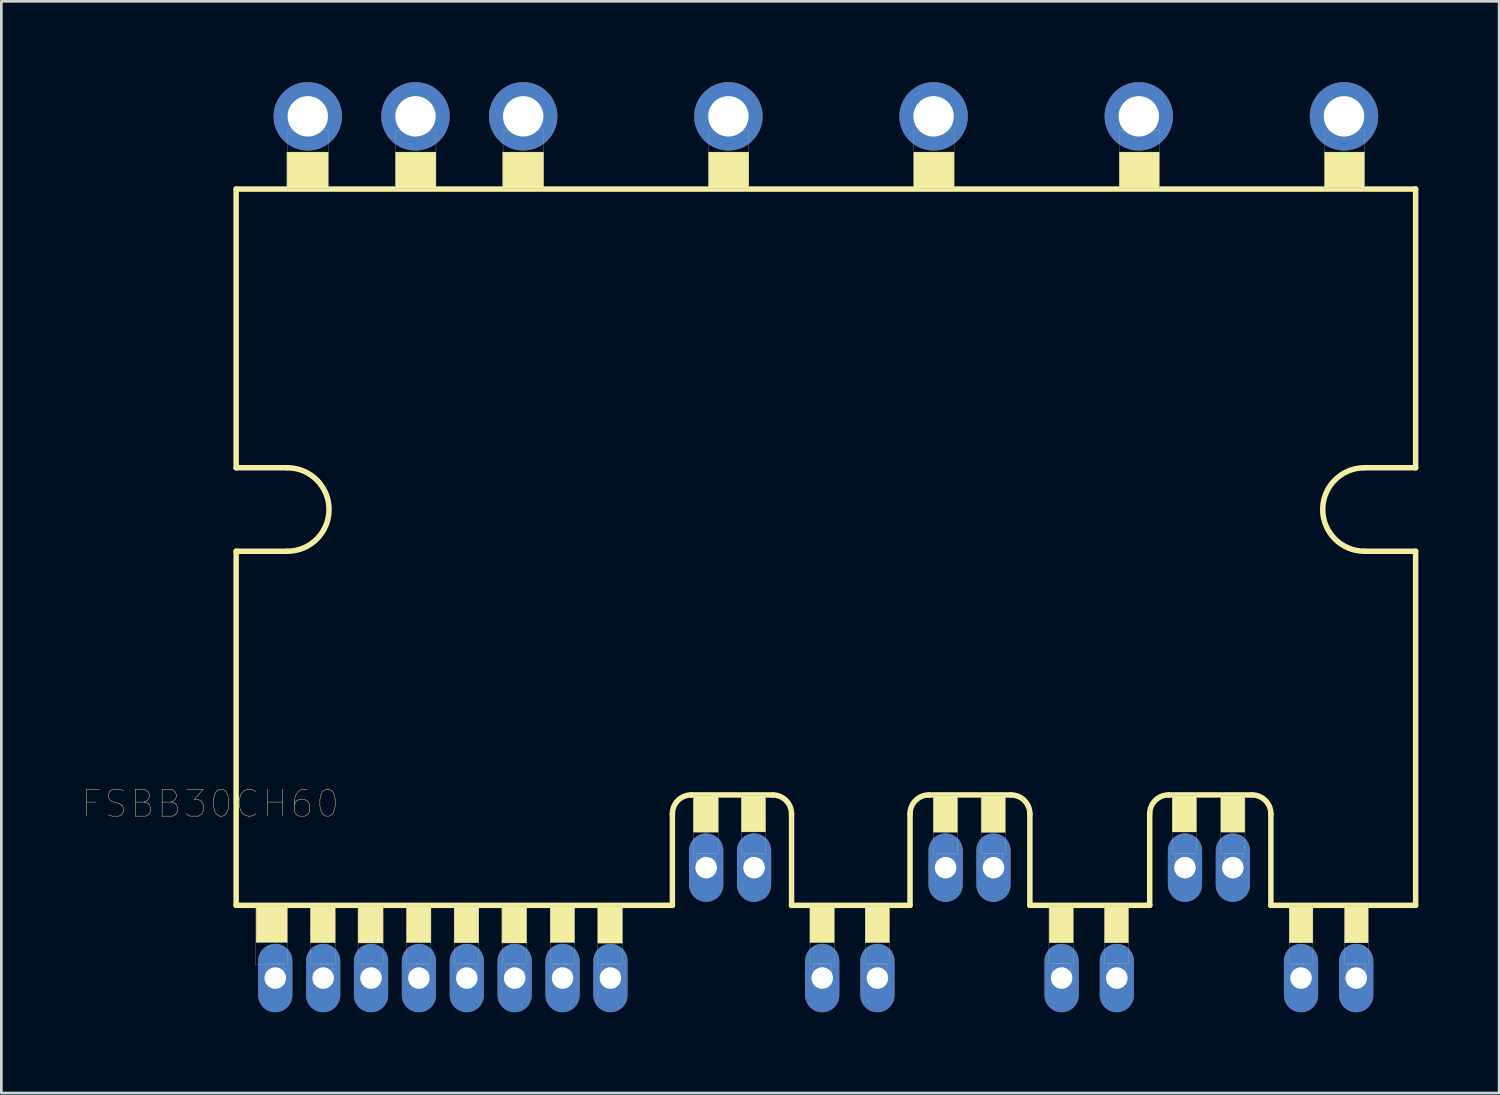
<source format=kicad_pcb>
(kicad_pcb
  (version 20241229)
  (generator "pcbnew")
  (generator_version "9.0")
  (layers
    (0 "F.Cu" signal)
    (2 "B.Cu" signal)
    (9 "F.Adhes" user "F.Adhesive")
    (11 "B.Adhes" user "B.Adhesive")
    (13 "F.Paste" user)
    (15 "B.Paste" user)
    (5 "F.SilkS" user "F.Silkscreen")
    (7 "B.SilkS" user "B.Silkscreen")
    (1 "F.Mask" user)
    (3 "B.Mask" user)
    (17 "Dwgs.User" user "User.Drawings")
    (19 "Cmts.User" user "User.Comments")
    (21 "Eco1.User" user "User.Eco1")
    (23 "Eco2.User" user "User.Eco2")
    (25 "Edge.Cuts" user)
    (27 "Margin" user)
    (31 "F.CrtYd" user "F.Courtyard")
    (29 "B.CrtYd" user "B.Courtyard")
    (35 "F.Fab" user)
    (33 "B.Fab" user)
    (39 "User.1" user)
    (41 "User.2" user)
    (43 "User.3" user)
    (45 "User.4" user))
  (footprint "FSBB30CH60"
    (layer "F.Cu")
    (at 27.619 17.27)
    (property "Reference" "FSBB30CH60" (at -22.862 9.526 180) (layer "F.SilkS") (effects (font (size 1 1) (thickness 0.015))))
    (attr through_hole)
    (fp_line (start -21.9 -13.3) (end 21.9 -13.3) (stroke (width 0.203) (type solid)) (layer "F.SilkS"))
    (fp_line (start -21.9 -2.95) (end -21.9 -13.3) (stroke (width 0.203) (type solid)) (layer "F.SilkS"))
    (fp_line (start -21.9 13.3) (end -21.9 0.15) (stroke (width 0.203) (type solid)) (layer "F.SilkS"))
    (fp_line (start -20 -2.95) (end -21.9 -2.95) (stroke (width 0.203) (type solid)) (layer "F.SilkS"))
    (fp_line (start -20 0.15) (end -21.9 0.15) (stroke (width 0.203) (type solid)) (layer "F.SilkS"))
    (fp_line (start -5.7 9.9) (end -5.7 13.3) (stroke (width 0.203) (type solid)) (layer "F.SilkS"))
    (fp_line (start -5.7 13.3) (end -21.9 13.3) (stroke (width 0.203) (type solid)) (layer "F.SilkS"))
    (fp_line (start -1.975 9.2) (end -5 9.2) (stroke (width 0.203) (type solid)) (layer "F.SilkS"))
    (fp_line (start -1.275 13.3) (end -1.275 9.9) (stroke (width 0.203) (type solid)) (layer "F.SilkS"))
    (fp_line (start 3.125 9.9) (end 3.125 13.3) (stroke (width 0.203) (type solid)) (layer "F.SilkS"))
    (fp_line (start 3.125 13.3) (end -1.275 13.3) (stroke (width 0.203) (type solid)) (layer "F.SilkS"))
    (fp_line (start 6.875 9.2) (end 3.825 9.2) (stroke (width 0.203) (type solid)) (layer "F.SilkS"))
    (fp_line (start 7.575 13.3) (end 7.575 9.9) (stroke (width 0.203) (type solid)) (layer "F.SilkS"))
    (fp_line (start 12.025 9.9) (end 12.025 13.3) (stroke (width 0.203) (type solid)) (layer "F.SilkS"))
    (fp_line (start 12.025 13.3) (end 7.575 13.3) (stroke (width 0.203) (type solid)) (layer "F.SilkS"))
    (fp_line (start 15.825 9.2) (end 12.725 9.2) (stroke (width 0.203) (type solid)) (layer "F.SilkS"))
    (fp_line (start 16.525 13.3) (end 16.525 9.9) (stroke (width 0.203) (type solid)) (layer "F.SilkS"))
    (fp_line (start 20 -2.95) (end 21.9 -2.95) (stroke (width 0.203) (type solid)) (layer "F.SilkS"))
    (fp_line (start 20 0.15) (end 21.9 0.15) (stroke (width 0.203) (type solid)) (layer "F.SilkS"))
    (fp_line (start 21.9 -13.3) (end 21.9 -2.95) (stroke (width 0.203) (type solid)) (layer "F.SilkS"))
    (fp_line (start 21.9 0.15) (end 21.9 13.3) (stroke (width 0.203) (type solid)) (layer "F.SilkS"))
    (fp_line (start 21.9 13.3) (end 16.525 13.3) (stroke (width 0.203) (type solid)) (layer "F.SilkS"))
    (fp_arc (start -20 -2.95) (mid -18.45 -1.4) (end -20 0.15) (stroke (width 0.2032) (type solid)) (layer "F.SilkS"))
    (fp_arc (start -5.7 9.9) (mid -5.494975 9.405025) (end -5 9.2) (stroke (width 0.2032) (type solid)) (layer "F.SilkS"))
    (fp_arc (start -1.975 9.2) (mid -1.480025 9.405025) (end -1.275 9.9) (stroke (width 0.2032) (type solid)) (layer "F.SilkS"))
    (fp_arc (start 3.125 9.9) (mid 3.330025 9.405025) (end 3.825 9.2) (stroke (width 0.2032) (type solid)) (layer "F.SilkS"))
    (fp_arc (start 6.875 9.2) (mid 7.369975 9.405025) (end 7.575 9.9) (stroke (width 0.2032) (type solid)) (layer "F.SilkS"))
    (fp_arc (start 12.025 9.9) (mid 12.230025 9.405025) (end 12.725 9.2) (stroke (width 0.2032) (type solid)) (layer "F.SilkS"))
    (fp_arc (start 15.825 9.2) (mid 16.319975 9.405025) (end 16.525 9.9) (stroke (width 0.2032) (type solid)) (layer "F.SilkS"))
    (fp_arc (start 20 0.15) (mid 18.45 -1.4) (end 20 -2.95) (stroke (width 0.2032) (type solid)) (layer "F.SilkS"))
    (fp_poly (pts (xy -21.156 13.3) (xy -20 13.3) (xy -20 14.679) (xy -21.156 14.679)) (stroke (width 0.01) (type solid)) (fill yes) (layer "F.SilkS"))
    (fp_poly (pts (xy -20.015 -14.673) (xy -18.48 -14.673) (xy -18.48 -13.321) (xy -20.015 -13.321)) (stroke (width 0.01) (type solid)) (fill yes) (layer "F.SilkS"))
    (fp_poly (pts (xy -19.143 13.3) (xy -18.222 13.3) (xy -18.222 14.688) (xy -19.143 14.688)) (stroke (width 0.01) (type solid)) (fill yes) (layer "F.SilkS"))
    (fp_poly (pts (xy -17.373 13.3) (xy -16.444 13.3) (xy -16.444 14.697) (xy -17.373 14.697)) (stroke (width 0.01) (type solid)) (fill yes) (layer "F.SilkS"))
    (fp_poly (pts (xy -15.984 -14.673) (xy -14.48 -14.673) (xy -14.48 -13.301) (xy -15.984 -13.301)) (stroke (width 0.01) (type solid)) (fill yes) (layer "F.SilkS"))
    (fp_poly (pts (xy -15.577 13.3) (xy -14.666 13.3) (xy -14.666 14.683) (xy -15.577 14.683)) (stroke (width 0.01) (type solid)) (fill yes) (layer "F.SilkS"))
    (fp_poly (pts (xy -13.806 13.3) (xy -12.888 13.3) (xy -12.888 14.691) (xy -13.806 14.691)) (stroke (width 0.01) (type solid)) (fill yes) (layer "F.SilkS"))
    (fp_poly (pts (xy -12.032 13.3) (xy -11.11 13.3) (xy -11.11 14.698) (xy -12.032 14.698)) (stroke (width 0.01) (type solid)) (fill yes) (layer "F.SilkS"))
    (fp_poly (pts (xy -12.004 -14.673) (xy -10.48 -14.673) (xy -10.48 -13.324) (xy -12.004 -13.324)) (stroke (width 0.01) (type solid)) (fill yes) (layer "F.SilkS"))
    (fp_poly (pts (xy -10.239 13.3) (xy -9.332 13.3) (xy -9.332 14.681) (xy -10.239 14.681)) (stroke (width 0.01) (type solid)) (fill yes) (layer "F.SilkS"))
    (fp_poly (pts (xy -8.472 13.3) (xy -7.554 13.3) (xy -7.554 14.702) (xy -8.472 14.702)) (stroke (width 0.01) (type solid)) (fill yes) (layer "F.SilkS"))
    (fp_poly (pts (xy -4.922 9.198) (xy -4 9.198) (xy -4 10.584) (xy -4.922 10.584)) (stroke (width 0.01) (type solid)) (fill yes) (layer "F.SilkS"))
    (fp_poly (pts (xy -4.361 -14.673) (xy -2.86 -14.673) (xy -2.86 -13.302) (xy -4.361 -13.302)) (stroke (width 0.01) (type solid)) (fill yes) (layer "F.SilkS"))
    (fp_poly (pts (xy -3.142 9.198) (xy -2.239 9.198) (xy -2.239 10.573) (xy -3.142 10.573)) (stroke (width 0.01) (type solid)) (fill yes) (layer "F.SilkS"))
    (fp_poly (pts (xy -0.592 13.298) (xy 0.311 13.298) (xy 0.311 14.683) (xy -0.592 14.683)) (stroke (width 0.01) (type solid)) (fill yes) (layer "F.SilkS"))
    (fp_poly (pts (xy 1.459 13.298) (xy 2.361 13.298) (xy 2.361 14.683) (xy 1.459 14.683)) (stroke (width 0.01) (type solid)) (fill yes) (layer "F.SilkS"))
    (fp_poly (pts (xy 3.264 -14.673) (xy 4.76 -14.673) (xy 4.76 -13.315) (xy 3.264 -13.315)) (stroke (width 0.01) (type solid)) (fill yes) (layer "F.SilkS"))
    (fp_poly (pts (xy 3.988 9.198) (xy 4.886 9.198) (xy 4.886 10.586) (xy 3.988 10.586)) (stroke (width 0.01) (type solid)) (fill yes) (layer "F.SilkS"))
    (fp_poly (pts (xy 5.769 9.198) (xy 6.661 9.198) (xy 6.661 10.592) (xy 5.769 10.592)) (stroke (width 0.01) (type solid)) (fill yes) (layer "F.SilkS"))
    (fp_poly (pts (xy 8.293 13.298) (xy 9.186 13.298) (xy 9.186 14.691) (xy 8.293 14.691)) (stroke (width 0.01) (type solid)) (fill yes) (layer "F.SilkS"))
    (fp_poly (pts (xy 10.345 13.298) (xy 11.236 13.298) (xy 11.236 14.691) (xy 10.345 14.691)) (stroke (width 0.01) (type solid)) (fill yes) (layer "F.SilkS"))
    (fp_poly (pts (xy 10.894 -14.673) (xy 12.38 -14.673) (xy 12.38 -13.315) (xy 10.894 -13.315)) (stroke (width 0.01) (type solid)) (fill yes) (layer "F.SilkS"))
    (fp_poly (pts (xy 12.862 9.198) (xy 13.761 9.198) (xy 13.761 10.576) (xy 12.862 10.576)) (stroke (width 0.01) (type solid)) (fill yes) (layer "F.SilkS"))
    (fp_poly (pts (xy 14.669 9.198) (xy 15.561 9.198) (xy 15.561 10.581) (xy 14.669 10.581)) (stroke (width 0.01) (type solid)) (fill yes) (layer "F.SilkS"))
    (fp_poly (pts (xy 17.204 13.298) (xy 18.086 13.298) (xy 18.086 14.691) (xy 17.204 14.691)) (stroke (width 0.01) (type solid)) (fill yes) (layer "F.SilkS"))
    (fp_poly (pts (xy 18.516 -14.673) (xy 20 -14.673) (xy 20 -13.309) (xy 18.516 -13.309)) (stroke (width 0.01) (type solid)) (fill yes) (layer "F.SilkS"))
    (fp_poly (pts (xy 19.261 13.298) (xy 20.136 13.298) (xy 20.136 14.694) (xy 19.261 14.694)) (stroke (width 0.01) (type solid)) (fill yes) (layer "F.SilkS"))
    (fp_poly (pts (xy -21.191 13.325) (xy -20 13.325) (xy -20 15.505) (xy -21.191 15.505)) (stroke (width 0.01) (type solid)) (fill no) (layer "F.Fab"))
    (fp_poly (pts (xy -20.805 15.475) (xy -20.125 15.475) (xy -20.125 16.179) (xy -20.805 16.179)) (stroke (width 0.01) (type solid)) (fill no) (layer "F.Fab"))
    (fp_poly (pts (xy -19.997 -15.473) (xy -18.48 -15.473) (xy -18.48 -13.334) (xy -19.997 -13.334)) (stroke (width 0.01) (type solid)) (fill no) (layer "F.Fab"))
    (fp_poly (pts (xy -19.767 -16.5) (xy -18.73 -16.5) (xy -18.73 -15.502) (xy -19.767 -15.502)) (stroke (width 0.01) (type solid)) (fill no) (layer "F.Fab"))
    (fp_poly (pts (xy -19.152 13.325) (xy -18.222 13.325) (xy -18.222 15.497) (xy -19.152 15.497)) (stroke (width 0.01) (type solid)) (fill no) (layer "F.Fab"))
    (fp_poly (pts (xy -19.032 15.475) (xy -18.325 15.475) (xy -18.325 16.202) (xy -19.032 16.202)) (stroke (width 0.01) (type solid)) (fill no) (layer "F.Fab"))
    (fp_poly (pts (xy -17.374 13.325) (xy -16.444 13.325) (xy -16.444 15.499) (xy -17.374 15.499)) (stroke (width 0.01) (type solid)) (fill no) (layer "F.Fab"))
    (fp_poly (pts (xy -17.224 15.475) (xy -16.547 15.475) (xy -16.547 16.177) (xy -17.224 16.177)) (stroke (width 0.01) (type solid)) (fill no) (layer "F.Fab"))
    (fp_poly (pts (xy -15.982 -15.473) (xy -14.48 -15.473) (xy -14.48 -13.324) (xy -15.982 -13.324)) (stroke (width 0.01) (type solid)) (fill no) (layer "F.Fab"))
    (fp_poly (pts (xy -15.739 -16.5) (xy -14.73 -16.5) (xy -14.73 -15.482) (xy -15.739 -15.482)) (stroke (width 0.01) (type solid)) (fill no) (layer "F.Fab"))
    (fp_poly (pts (xy -15.588 13.325) (xy -14.666 13.325) (xy -14.666 15.493) (xy -15.588 15.493)) (stroke (width 0.01) (type solid)) (fill no) (layer "F.Fab"))
    (fp_poly (pts (xy -15.471 15.475) (xy -14.769 15.475) (xy -14.769 16.203) (xy -15.471 16.203)) (stroke (width 0.01) (type solid)) (fill no) (layer "F.Fab"))
    (fp_poly (pts (xy -13.791 13.325) (xy -12.888 13.325) (xy -12.888 15.476) (xy -13.791 15.476)) (stroke (width 0.01) (type solid)) (fill no) (layer "F.Fab"))
    (fp_poly (pts (xy -13.693 15.475) (xy -12.991 15.475) (xy -12.991 16.207) (xy -13.693 16.207)) (stroke (width 0.01) (type solid)) (fill no) (layer "F.Fab"))
    (fp_poly (pts (xy -12.016 13.325) (xy -11.11 13.325) (xy -11.11 15.479) (xy -12.016 15.479)) (stroke (width 0.01) (type solid)) (fill no) (layer "F.Fab"))
    (fp_poly (pts (xy -11.989 -15.473) (xy -10.48 -15.473) (xy -10.48 -13.333) (xy -11.989 -13.333)) (stroke (width 0.01) (type solid)) (fill no) (layer "F.Fab"))
    (fp_poly (pts (xy -11.889 15.475) (xy -11.213 15.475) (xy -11.213 16.176) (xy -11.889 16.176)) (stroke (width 0.01) (type solid)) (fill no) (layer "F.Fab"))
    (fp_poly (pts (xy -11.745 -16.5) (xy -10.73 -16.5) (xy -10.73 -15.493) (xy -11.745 -15.493)) (stroke (width 0.01) (type solid)) (fill no) (layer "F.Fab"))
    (fp_poly (pts (xy -10.239 13.325) (xy -9.332 13.325) (xy -9.332 15.48) (xy -10.239 15.48)) (stroke (width 0.01) (type solid)) (fill no) (layer "F.Fab"))
    (fp_poly (pts (xy -10.127 15.475) (xy -9.435 15.475) (xy -9.435 16.203) (xy -10.127 16.203)) (stroke (width 0.01) (type solid)) (fill no) (layer "F.Fab"))
    (fp_poly (pts (xy -8.468 13.325) (xy -7.554 13.325) (xy -7.554 15.496) (xy -8.468 15.496)) (stroke (width 0.01) (type solid)) (fill no) (layer "F.Fab"))
    (fp_poly (pts (xy -8.343 15.475) (xy -7.657 15.475) (xy -7.657 16.196) (xy -8.343 16.196)) (stroke (width 0.01) (type solid)) (fill no) (layer "F.Fab"))
    (fp_poly (pts (xy -4.92 9.223) (xy -4 9.223) (xy -4 11.379) (xy -4.92 11.379)) (stroke (width 0.01) (type solid)) (fill no) (layer "F.Fab"))
    (fp_poly (pts (xy -4.795 11.373) (xy -4.117 11.373) (xy -4.117 12.081) (xy -4.795 12.081)) (stroke (width 0.01) (type solid)) (fill no) (layer "F.Fab"))
    (fp_poly (pts (xy -4.363 -15.473) (xy -2.86 -15.473) (xy -2.86 -13.332) (xy -4.363 -13.332)) (stroke (width 0.01) (type solid)) (fill no) (layer "F.Fab"))
    (fp_poly (pts (xy -4.118 -16.5) (xy -3.11 -16.5) (xy -3.11 -15.503) (xy -4.118 -15.503)) (stroke (width 0.01) (type solid)) (fill no) (layer "F.Fab"))
    (fp_poly (pts (xy -3.147 9.223) (xy -2.239 9.223) (xy -2.239 11.391) (xy -3.147 11.391)) (stroke (width 0.01) (type solid)) (fill no) (layer "F.Fab"))
    (fp_poly (pts (xy -3.02 11.373) (xy -2.342 11.373) (xy -2.342 12.084) (xy -3.02 12.084)) (stroke (width 0.01) (type solid)) (fill no) (layer "F.Fab"))
    (fp_poly (pts (xy -0.592 13.323) (xy 0.311 13.323) (xy 0.311 15.477) (xy -0.592 15.477)) (stroke (width 0.01) (type solid)) (fill no) (layer "F.Fab"))
    (fp_poly (pts (xy -0.467 15.473) (xy 0.208 15.473) (xy 0.208 16.174) (xy -0.467 16.174)) (stroke (width 0.01) (type solid)) (fill no) (layer "F.Fab"))
    (fp_poly (pts (xy 1.459 13.323) (xy 2.361 13.323) (xy 2.361 15.48) (xy 1.459 15.48)) (stroke (width 0.01) (type solid)) (fill no) (layer "F.Fab"))
    (fp_poly (pts (xy 1.585 15.473) (xy 2.258 15.473) (xy 2.258 16.191) (xy 1.585 16.191)) (stroke (width 0.01) (type solid)) (fill no) (layer "F.Fab"))
    (fp_poly (pts (xy 3.261 -15.473) (xy 4.76 -15.473) (xy 4.76 -13.327) (xy 3.261 -13.327)) (stroke (width 0.01) (type solid)) (fill no) (layer "F.Fab"))
    (fp_poly (pts (xy 3.516 -16.5) (xy 4.51 -16.5) (xy 4.51 -15.501) (xy 3.516 -15.501)) (stroke (width 0.01) (type solid)) (fill no) (layer "F.Fab"))
    (fp_poly (pts (xy 3.99 9.223) (xy 4.886 9.223) (xy 4.886 11.394) (xy 3.99 11.394)) (stroke (width 0.01) (type solid)) (fill no) (layer "F.Fab"))
    (fp_poly (pts (xy 4.114 11.373) (xy 4.783 11.373) (xy 4.783 12.09) (xy 4.114 12.09)) (stroke (width 0.01) (type solid)) (fill no) (layer "F.Fab"))
    (fp_poly (pts (xy 5.762 9.223) (xy 6.661 9.223) (xy 6.661 11.38) (xy 5.762 11.38)) (stroke (width 0.01) (type solid)) (fill no) (layer "F.Fab"))
    (fp_poly (pts (xy 5.888 11.373) (xy 6.558 11.373) (xy 6.558 12.083) (xy 5.888 12.083)) (stroke (width 0.01) (type solid)) (fill no) (layer "F.Fab"))
    (fp_poly (pts (xy 8.283 13.323) (xy 9.186 13.323) (xy 9.186 15.474) (xy 8.283 15.474)) (stroke (width 0.01) (type solid)) (fill no) (layer "F.Fab"))
    (fp_poly (pts (xy 8.424 15.473) (xy 9.083 15.473) (xy 9.083 16.204) (xy 8.424 16.204)) (stroke (width 0.01) (type solid)) (fill no) (layer "F.Fab"))
    (fp_poly (pts (xy 10.334 13.323) (xy 11.236 13.323) (xy 11.236 15.474) (xy 10.334 15.474)) (stroke (width 0.01) (type solid)) (fill no) (layer "F.Fab"))
    (fp_poly (pts (xy 10.477 15.473) (xy 11.133 15.473) (xy 11.133 16.203) (xy 10.477 16.203)) (stroke (width 0.01) (type solid)) (fill no) (layer "F.Fab"))
    (fp_poly (pts (xy 10.89 -15.473) (xy 12.38 -15.473) (xy 12.38 -13.335) (xy 10.89 -13.335)) (stroke (width 0.01) (type solid)) (fill no) (layer "F.Fab"))
    (fp_poly (pts (xy 11.131 -16.5) (xy 12.13 -16.5) (xy 12.13 -15.474) (xy 11.131 -15.474)) (stroke (width 0.01) (type solid)) (fill no) (layer "F.Fab"))
    (fp_poly (pts (xy 12.876 9.223) (xy 13.761 9.223) (xy 13.761 11.389) (xy 12.876 11.389)) (stroke (width 0.01) (type solid)) (fill no) (layer "F.Fab"))
    (fp_poly (pts (xy 12.999 11.373) (xy 13.658 11.373) (xy 13.658 12.088) (xy 12.999 12.088)) (stroke (width 0.01) (type solid)) (fill no) (layer "F.Fab"))
    (fp_poly (pts (xy 14.667 9.223) (xy 15.561 9.223) (xy 15.561 11.38) (xy 14.667 11.38)) (stroke (width 0.01) (type solid)) (fill no) (layer "F.Fab"))
    (fp_poly (pts (xy 14.794 11.373) (xy 15.458 11.373) (xy 15.458 12.082) (xy 14.794 12.082)) (stroke (width 0.01) (type solid)) (fill no) (layer "F.Fab"))
    (fp_poly (pts (xy 17.202 13.323) (xy 18.086 13.323) (xy 18.086 15.49) (xy 17.202 15.49)) (stroke (width 0.01) (type solid)) (fill no) (layer "F.Fab"))
    (fp_poly (pts (xy 17.315 15.473) (xy 17.983 15.473) (xy 17.983 16.18) (xy 17.315 16.18)) (stroke (width 0.01) (type solid)) (fill no) (layer "F.Fab"))
    (fp_poly (pts (xy 18.526 -15.473) (xy 20 -15.473) (xy 20 -13.342) (xy 18.526 -13.342)) (stroke (width 0.01) (type solid)) (fill no) (layer "F.Fab"))
    (fp_poly (pts (xy 18.753 -16.5) (xy 19.75 -16.5) (xy 19.75 -15.476) (xy 18.753 -15.476)) (stroke (width 0.01) (type solid)) (fill no) (layer "F.Fab"))
    (fp_poly (pts (xy 19.246 13.323) (xy 20.136 13.323) (xy 20.136 15.483) (xy 19.246 15.483)) (stroke (width 0.01) (type solid)) (fill no) (layer "F.Fab"))
    (fp_poly (pts (xy 19.387 15.473) (xy 20.033 15.473) (xy 20.033 16.197) (xy 19.387 16.197)) (stroke (width 0.01) (type solid)) (fill no) (layer "F.Fab"))
    (pad "1" thru_hole oval (at -20.447 16) (size 1.27 2.54) (drill 0.8) (layers "*.Cu" "*.Mask"))
    (pad "2" thru_hole oval (at -18.669 16) (size 1.27 2.54) (drill 0.8) (layers "*.Cu" "*.Mask"))
    (pad "3" thru_hole oval (at -16.891 16) (size 1.27 2.54) (drill 0.8) (layers "*.Cu" "*.Mask"))
    (pad "4" thru_hole oval (at -15.113 16) (size 1.27 2.54) (drill 0.8) (layers "*.Cu" "*.Mask"))
    (pad "5" thru_hole oval (at -13.335 16) (size 1.27 2.54) (drill 0.8) (layers "*.Cu" "*.Mask"))
    (pad "6" thru_hole oval (at -11.557 16) (size 1.27 2.54) (drill 0.8) (layers "*.Cu" "*.Mask"))
    (pad "7" thru_hole oval (at -9.779 16) (size 1.27 2.54) (drill 0.8) (layers "*.Cu" "*.Mask"))
    (pad "8" thru_hole oval (at -8.001 16) (size 1.27 2.54) (drill 0.8) (layers "*.Cu" "*.Mask"))
    (pad "9" thru_hole oval (at -4.445 11.9) (size 1.27 2.54) (drill 0.8) (layers "*.Cu" "*.Mask"))
    (pad "10" thru_hole oval (at -2.667 11.9) (size 1.27 2.54) (drill 0.8) (layers "*.Cu" "*.Mask"))
    (pad "11" thru_hole oval (at -0.136 16) (size 1.27 2.54) (drill 0.8) (layers "*.Cu" "*.Mask"))
    (pad "12" thru_hole oval (at 1.914 16) (size 1.27 2.54) (drill 0.8) (layers "*.Cu" "*.Mask"))
    (pad "13" thru_hole oval (at 4.445 11.9) (size 1.27 2.54) (drill 0.8) (layers "*.Cu" "*.Mask"))
    (pad "14" thru_hole oval (at 6.223 11.9) (size 1.27 2.54) (drill 0.8) (layers "*.Cu" "*.Mask"))
    (pad "15" thru_hole oval (at 8.754 16) (size 1.27 2.54) (drill 0.8) (layers "*.Cu" "*.Mask"))
    (pad "16" thru_hole oval (at 10.804 16) (size 1.27 2.54) (drill 0.8) (layers "*.Cu" "*.Mask"))
    (pad "17" thru_hole oval (at 13.335 11.9) (size 1.27 2.54) (drill 0.8) (layers "*.Cu" "*.Mask"))
    (pad "18" thru_hole oval (at 15.113 11.9) (size 1.27 2.54) (drill 0.8) (layers "*.Cu" "*.Mask"))
    (pad "19" thru_hole oval (at 17.644 16) (size 1.27 2.54) (drill 0.8) (layers "*.Cu" "*.Mask"))
    (pad "20" thru_hole oval (at 19.694 16) (size 1.27 2.54) (drill 0.8) (layers "*.Cu" "*.Mask"))
    (pad "21" thru_hole circle (at -19.24 -16) (size 2.54 2.54) (drill 1.5) (layers "*.Cu" "*.Mask"))
    (pad "22" thru_hole circle (at -15.24 -16) (size 2.54 2.54) (drill 1.5) (layers "*.Cu" "*.Mask"))
    (pad "23" thru_hole circle (at -11.24 -16) (size 2.54 2.54) (drill 1.5) (layers "*.Cu" "*.Mask"))
    (pad "24" thru_hole circle (at -3.62 -16) (size 2.54 2.54) (drill 1.5) (layers "*.Cu" "*.Mask"))
    (pad "25" thru_hole circle (at 4 -16) (size 2.54 2.54) (drill 1.5) (layers "*.Cu" "*.Mask"))
    (pad "26" thru_hole circle (at 11.62 -16) (size 2.54 2.54) (drill 1.5) (layers "*.Cu" "*.Mask"))
    (pad "27" thru_hole circle (at 19.24 -16) (size 2.54 2.54) (drill 1.5) (layers "*.Cu" "*.Mask")))
  (gr_rect
    (start -3 -3)
    (end 52.62 37.54)
    (stroke (width 0.1) (type default))
    (fill no)
    (layer "Edge.Cuts")))
</source>
